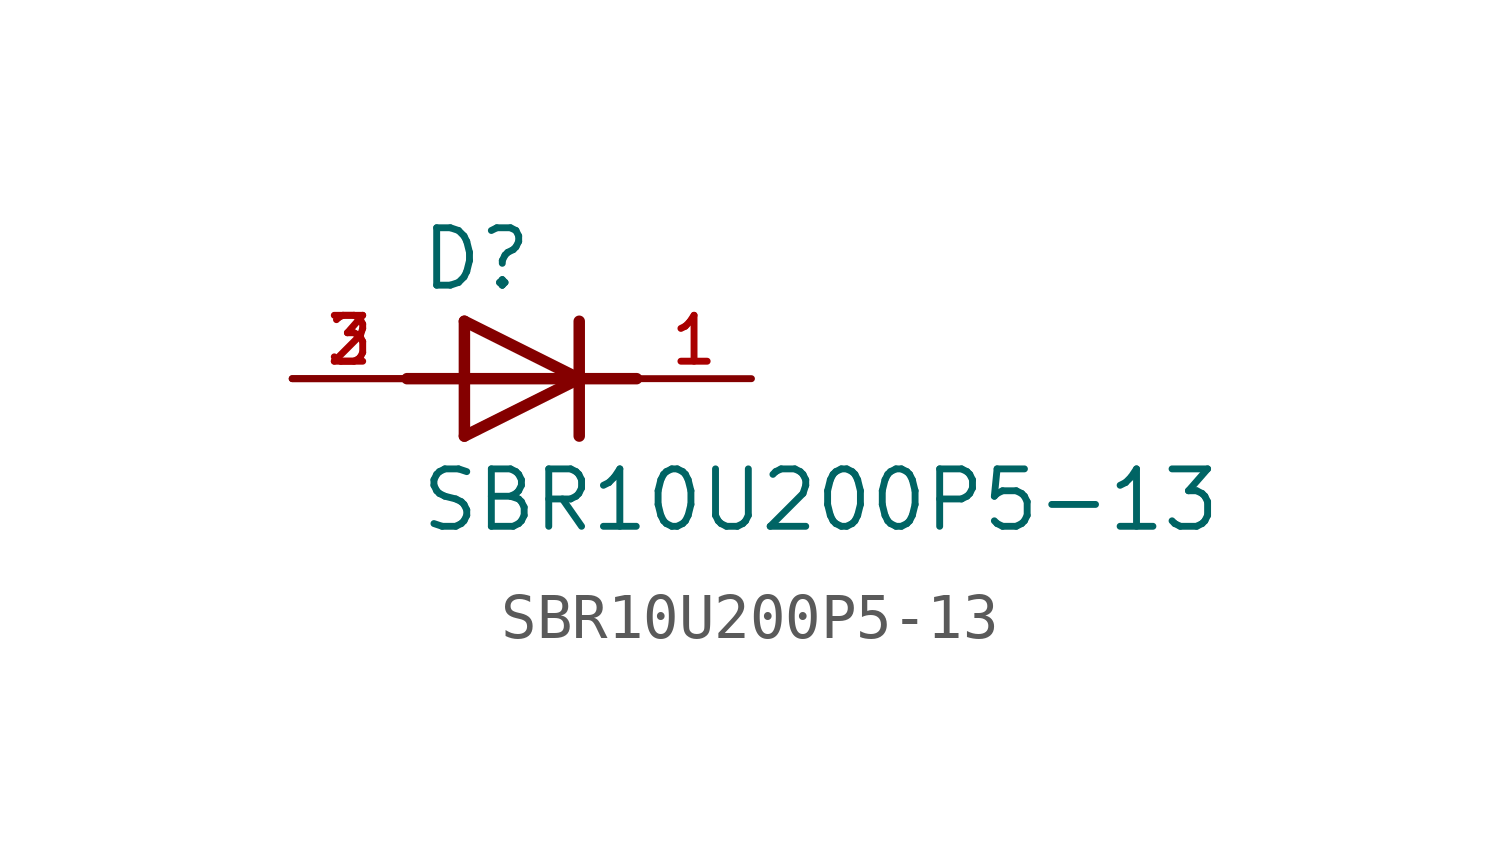
<source format=kicad_sym>
(kicad_symbol_lib
  (version 20211014)
  (generator kicad_symbol_editor)
  (symbol "SBR10U200P5-13"
    (pin_names
      (offset 1.016) hide)
    (property "Reference" "D"
      (at -2.286 1.905 0)
      (effects (font (size 1.27 1.27)) (justify left bottom)))
    (property "Value" "SBR10U200P5-13"
      (at -2.286 -3.429 0)
      (effects (font (size 1.27 1.27)) (justify left bottom)))
    (property "ki_locked" ""
      (at 0 0 0)
      (effects (font (size 1.27 1.27))))
    (symbol "SBR10U200P5-13_0_0"
      (polyline (pts (xy -2.54 0) (xy 2.54 0)) (stroke (width 0.254) (type default) (color 0 0 0 0)) (fill (type none)))
      (polyline (pts (xy -1.27 -1.27) (xy 1.27 0)) (stroke (width 0.254) (type default) (color 0 0 0 0)) (fill (type none)))
      (polyline (pts (xy -1.27 1.27) (xy -1.27 -1.27)) (stroke (width 0.254) (type default) (color 0 0 0 0)) (fill (type none)))
      (polyline (pts (xy 1.27 0) (xy -1.27 1.27)) (stroke (width 0.254) (type default) (color 0 0 0 0)) (fill (type none)))
      (polyline (pts (xy 1.27 0) (xy 1.27 -1.27)) (stroke (width 0.254) (type default) (color 0 0 0 0)) (fill (type none)))
      (polyline (pts (xy 1.27 1.27) (xy 1.27 0)) (stroke (width 0.254) (type default) (color 0 0 0 0)) (fill (type none)))
      (pin passive line (at 5.08 0 180) (length 2.54) (name "~" (effects (font (size 1.016 1.016)))) (number "1" (effects (font (size 1.016 1.016)))))
      (pin passive line (at -5.08 0 0) (length 2.54) (name "~" (effects (font (size 1.016 1.016)))) (number "2" (effects (font (size 1.016 1.016)))))
      (pin passive line (at -5.08 0 0) (length 2.54) (name "~" (effects (font (size 1.016 1.016)))) (number "3" (effects (font (size 1.016 1.016))))))))
</source>
